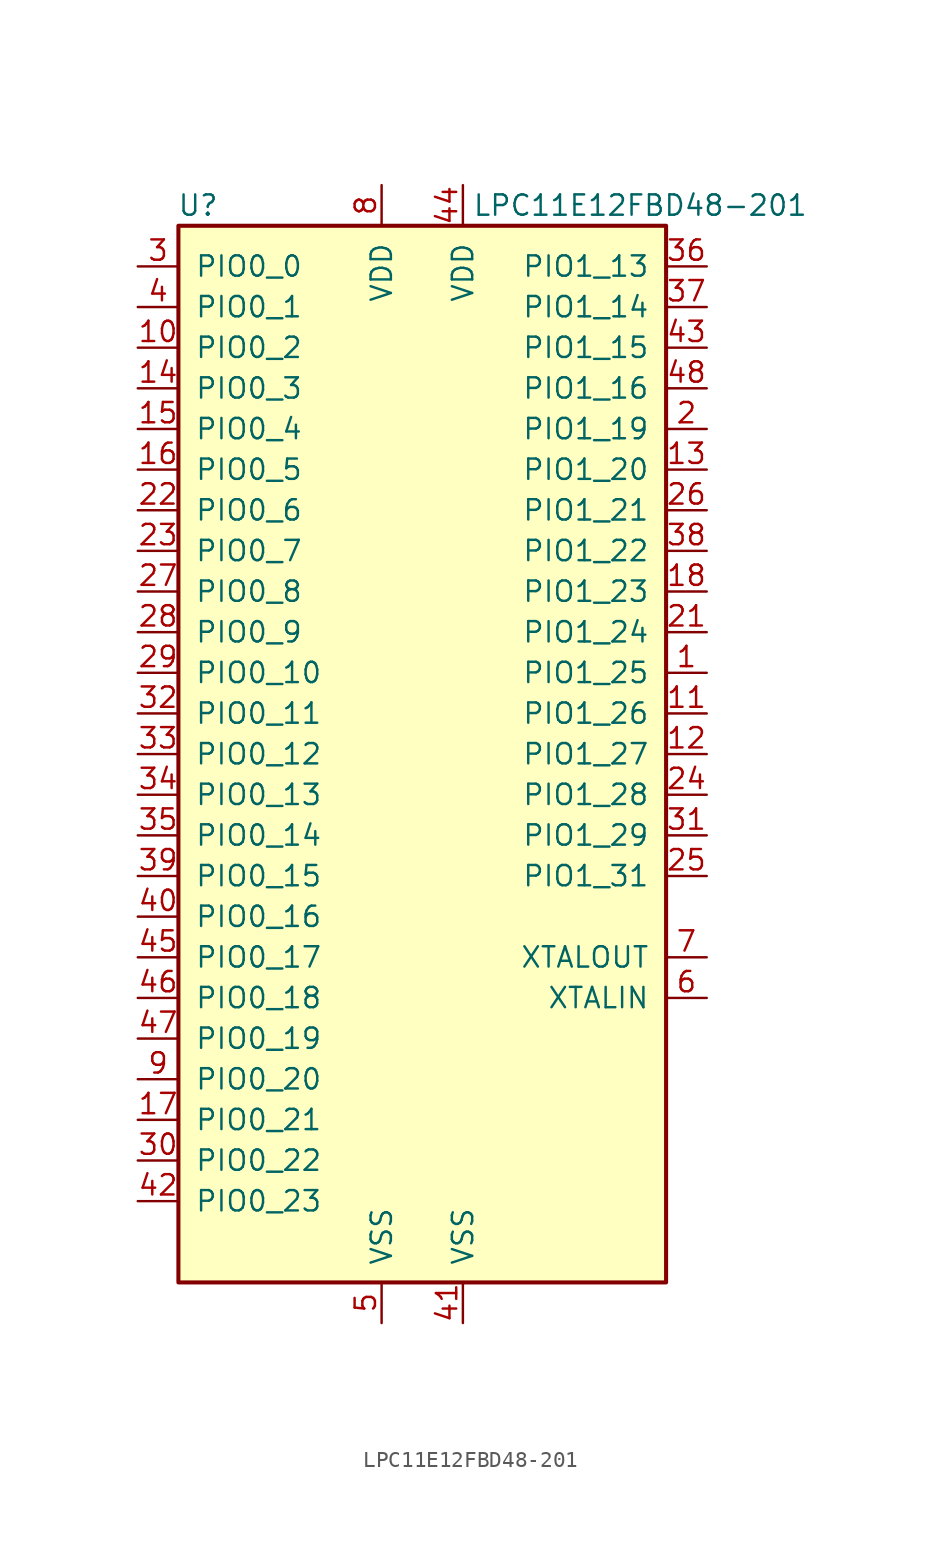
<source format=kicad_sym>
(kicad_symbol_lib
  (version 20200908)
  (generator kicad_symbol_editor)
  (symbol "MCU_NXP_LPC:LPC11E12FBD48-201"
    (pin_names
      (offset 1.016))
    (property "Reference" "U"
      (at -12.7 34.29 0)
      (effects (font (size 1.27 1.27)) (justify right)))
    (property "Value" "LPC11E12FBD48-201"
      (at 24.13 34.29 0)
      (effects (font (size 1.27 1.27)) (justify right)))
    (symbol "LPC11E12FBD48-201_0_1"
      (rectangle (start -15.24 33.02) (end 15.24 -33.02) (stroke (width 0.254)) (fill (type background))))
    (symbol "LPC11E12FBD48-201_1_1"
      (pin bidirectional line (at 17.78 5.08 180) (length 2.54) (name "PIO1_25" (effects (font (size 1.27 1.27)))) (number "1" (effects (font (size 1.27 1.27)))))
      (pin bidirectional line (at -17.78 25.4 0) (length 2.54) (name "PIO0_2" (effects (font (size 1.27 1.27)))) (number "10" (effects (font (size 1.27 1.27)))))
      (pin bidirectional line (at 17.78 2.54 180) (length 2.54) (name "PIO1_26" (effects (font (size 1.27 1.27)))) (number "11" (effects (font (size 1.27 1.27)))))
      (pin bidirectional line (at 17.78 0 180) (length 2.54) (name "PIO1_27" (effects (font (size 1.27 1.27)))) (number "12" (effects (font (size 1.27 1.27)))))
      (pin bidirectional line (at 17.78 17.78 180) (length 2.54) (name "PIO1_20" (effects (font (size 1.27 1.27)))) (number "13" (effects (font (size 1.27 1.27)))))
      (pin bidirectional line (at -17.78 22.86 0) (length 2.54) (name "PIO0_3" (effects (font (size 1.27 1.27)))) (number "14" (effects (font (size 1.27 1.27)))))
      (pin open_collector line (at -17.78 20.32 0) (length 2.54) (name "PIO0_4" (effects (font (size 1.27 1.27)))) (number "15" (effects (font (size 1.27 1.27)))))
      (pin open_collector line (at -17.78 17.78 0) (length 2.54) (name "PIO0_5" (effects (font (size 1.27 1.27)))) (number "16" (effects (font (size 1.27 1.27)))))
      (pin bidirectional line (at -17.78 -22.86 0) (length 2.54) (name "PIO0_21" (effects (font (size 1.27 1.27)))) (number "17" (effects (font (size 1.27 1.27)))))
      (pin bidirectional line (at 17.78 10.16 180) (length 2.54) (name "PIO1_23" (effects (font (size 1.27 1.27)))) (number "18" (effects (font (size 1.27 1.27)))))
      (pin unconnected line (at 17.78 -22.86 180) (length 2.54) hide (name "NC" (effects (font (size 1.27 1.27)))) (number "19" (effects (font (size 1.27 1.27)))))
      (pin bidirectional line (at 17.78 20.32 180) (length 2.54) (name "PIO1_19" (effects (font (size 1.27 1.27)))) (number "2" (effects (font (size 1.27 1.27)))))
      (pin unconnected line (at 17.78 -20.32 180) (length 2.54) hide (name "NC" (effects (font (size 1.27 1.27)))) (number "20" (effects (font (size 1.27 1.27)))))
      (pin bidirectional line (at 17.78 7.62 180) (length 2.54) (name "PIO1_24" (effects (font (size 1.27 1.27)))) (number "21" (effects (font (size 1.27 1.27)))))
      (pin bidirectional line (at -17.78 15.24 0) (length 2.54) (name "PIO0_6" (effects (font (size 1.27 1.27)))) (number "22" (effects (font (size 1.27 1.27)))))
      (pin bidirectional line (at -17.78 12.7 0) (length 2.54) (name "PIO0_7" (effects (font (size 1.27 1.27)))) (number "23" (effects (font (size 1.27 1.27)))))
      (pin bidirectional line (at 17.78 -2.54 180) (length 2.54) (name "PIO1_28" (effects (font (size 1.27 1.27)))) (number "24" (effects (font (size 1.27 1.27)))))
      (pin bidirectional line (at 17.78 -7.62 180) (length 2.54) (name "PIO1_31" (effects (font (size 1.27 1.27)))) (number "25" (effects (font (size 1.27 1.27)))))
      (pin bidirectional line (at 17.78 15.24 180) (length 2.54) (name "PIO1_21" (effects (font (size 1.27 1.27)))) (number "26" (effects (font (size 1.27 1.27)))))
      (pin bidirectional line (at -17.78 10.16 0) (length 2.54) (name "PIO0_8" (effects (font (size 1.27 1.27)))) (number "27" (effects (font (size 1.27 1.27)))))
      (pin bidirectional line (at -17.78 7.62 0) (length 2.54) (name "PIO0_9" (effects (font (size 1.27 1.27)))) (number "28" (effects (font (size 1.27 1.27)))))
      (pin bidirectional line (at -17.78 5.08 0) (length 2.54) (name "PIO0_10" (effects (font (size 1.27 1.27)))) (number "29" (effects (font (size 1.27 1.27)))))
      (pin bidirectional line (at -17.78 30.48 0) (length 2.54) (name "PIO0_0" (effects (font (size 1.27 1.27)))) (number "3" (effects (font (size 1.27 1.27)))))
      (pin bidirectional line (at -17.78 -25.4 0) (length 2.54) (name "PIO0_22" (effects (font (size 1.27 1.27)))) (number "30" (effects (font (size 1.27 1.27)))))
      (pin bidirectional line (at 17.78 -5.08 180) (length 2.54) (name "PIO1_29" (effects (font (size 1.27 1.27)))) (number "31" (effects (font (size 1.27 1.27)))))
      (pin bidirectional line (at -17.78 2.54 0) (length 2.54) (name "PIO0_11" (effects (font (size 1.27 1.27)))) (number "32" (effects (font (size 1.27 1.27)))))
      (pin bidirectional line (at -17.78 0 0) (length 2.54) (name "PIO0_12" (effects (font (size 1.27 1.27)))) (number "33" (effects (font (size 1.27 1.27)))))
      (pin bidirectional line (at -17.78 -2.54 0) (length 2.54) (name "PIO0_13" (effects (font (size 1.27 1.27)))) (number "34" (effects (font (size 1.27 1.27)))))
      (pin bidirectional line (at -17.78 -5.08 0) (length 2.54) (name "PIO0_14" (effects (font (size 1.27 1.27)))) (number "35" (effects (font (size 1.27 1.27)))))
      (pin bidirectional line (at 17.78 30.48 180) (length 2.54) (name "PIO1_13" (effects (font (size 1.27 1.27)))) (number "36" (effects (font (size 1.27 1.27)))))
      (pin bidirectional line (at 17.78 27.94 180) (length 2.54) (name "PIO1_14" (effects (font (size 1.27 1.27)))) (number "37" (effects (font (size 1.27 1.27)))))
      (pin bidirectional line (at 17.78 12.7 180) (length 2.54) (name "PIO1_22" (effects (font (size 1.27 1.27)))) (number "38" (effects (font (size 1.27 1.27)))))
      (pin bidirectional line (at -17.78 -7.62 0) (length 2.54) (name "PIO0_15" (effects (font (size 1.27 1.27)))) (number "39" (effects (font (size 1.27 1.27)))))
      (pin bidirectional line (at -17.78 27.94 0) (length 2.54) (name "PIO0_1" (effects (font (size 1.27 1.27)))) (number "4" (effects (font (size 1.27 1.27)))))
      (pin bidirectional line (at -17.78 -10.16 0) (length 2.54) (name "PIO0_16" (effects (font (size 1.27 1.27)))) (number "40" (effects (font (size 1.27 1.27)))))
      (pin power_in line (at 2.54 -35.56 90) (length 2.54) (name "VSS" (effects (font (size 1.27 1.27)))) (number "41" (effects (font (size 1.27 1.27)))))
      (pin bidirectional line (at -17.78 -27.94 0) (length 2.54) (name "PIO0_23" (effects (font (size 1.27 1.27)))) (number "42" (effects (font (size 1.27 1.27)))))
      (pin bidirectional line (at 17.78 25.4 180) (length 2.54) (name "PIO1_15" (effects (font (size 1.27 1.27)))) (number "43" (effects (font (size 1.27 1.27)))))
      (pin power_in line (at 2.54 35.56 270) (length 2.54) (name "VDD" (effects (font (size 1.27 1.27)))) (number "44" (effects (font (size 1.27 1.27)))))
      (pin bidirectional line (at -17.78 -12.7 0) (length 2.54) (name "PIO0_17" (effects (font (size 1.27 1.27)))) (number "45" (effects (font (size 1.27 1.27)))))
      (pin bidirectional line (at -17.78 -15.24 0) (length 2.54) (name "PIO0_18" (effects (font (size 1.27 1.27)))) (number "46" (effects (font (size 1.27 1.27)))))
      (pin bidirectional line (at -17.78 -17.78 0) (length 2.54) (name "PIO0_19" (effects (font (size 1.27 1.27)))) (number "47" (effects (font (size 1.27 1.27)))))
      (pin bidirectional line (at 17.78 22.86 180) (length 2.54) (name "PIO1_16" (effects (font (size 1.27 1.27)))) (number "48" (effects (font (size 1.27 1.27)))))
      (pin power_in line (at -2.54 -35.56 90) (length 2.54) (name "VSS" (effects (font (size 1.27 1.27)))) (number "5" (effects (font (size 1.27 1.27)))))
      (pin passive line (at 17.78 -15.24 180) (length 2.54) (name "XTALIN" (effects (font (size 1.27 1.27)))) (number "6" (effects (font (size 1.27 1.27)))))
      (pin passive line (at 17.78 -12.7 180) (length 2.54) (name "XTALOUT" (effects (font (size 1.27 1.27)))) (number "7" (effects (font (size 1.27 1.27)))))
      (pin power_in line (at -2.54 35.56 270) (length 2.54) (name "VDD" (effects (font (size 1.27 1.27)))) (number "8" (effects (font (size 1.27 1.27)))))
      (pin bidirectional line (at -17.78 -20.32 0) (length 2.54) (name "PIO0_20" (effects (font (size 1.27 1.27)))) (number "9" (effects (font (size 1.27 1.27))))))))
</source>
